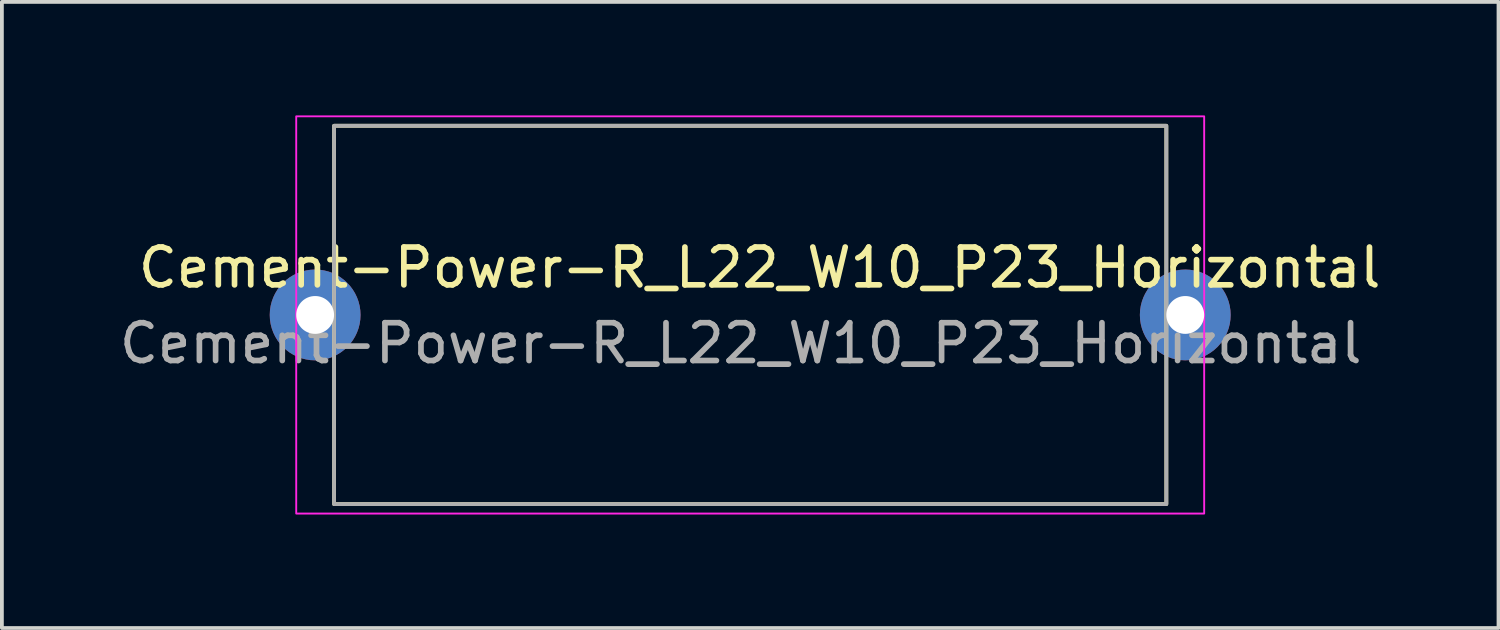
<source format=kicad_pcb>
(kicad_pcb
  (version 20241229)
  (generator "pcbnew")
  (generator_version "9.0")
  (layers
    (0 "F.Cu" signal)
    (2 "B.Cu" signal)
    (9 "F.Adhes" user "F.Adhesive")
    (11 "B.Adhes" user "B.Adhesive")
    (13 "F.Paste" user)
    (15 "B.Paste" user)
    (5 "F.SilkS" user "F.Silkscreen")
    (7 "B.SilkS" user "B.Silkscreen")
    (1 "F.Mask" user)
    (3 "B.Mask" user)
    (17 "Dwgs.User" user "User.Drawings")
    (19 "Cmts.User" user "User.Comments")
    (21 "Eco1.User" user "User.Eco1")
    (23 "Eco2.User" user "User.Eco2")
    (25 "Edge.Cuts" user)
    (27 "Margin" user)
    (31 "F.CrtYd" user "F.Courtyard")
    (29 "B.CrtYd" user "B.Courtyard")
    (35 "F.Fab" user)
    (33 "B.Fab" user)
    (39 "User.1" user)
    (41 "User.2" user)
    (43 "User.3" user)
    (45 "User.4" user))
  (footprint "Cement-Power-R_L22_W10_P23_Horizontal"
    (layer "F.Cu")
    (at 5.28 5.275)
    (property "Reference" "Cement-Power-R_L22_W10_P23_Horizontal" (at 11.75 -1.25 0) (layer "F.SilkS") (effects (font (size 1 1) (thickness 0.15))))
    (attr through_hole)
    (fp_rect (start 0.5 -5) (end 22.5 5) (stroke (width 0.1) (type default)) (fill no) (layer "F.SilkS"))
    (fp_rect (start -0.5 -5.25) (end 23.5 5.25) (stroke (width 0.05) (type default)) (fill no) (layer "F.CrtYd"))
    (fp_rect (start 0.5 -5) (end 22.5 5) (stroke (width 0.1) (type default)) (fill no) (layer "F.Fab"))
    (fp_text user "${REFERENCE}" (at 11.25 0.75 0) (layer "F.Fab") (effects (font (size 1 1) (thickness 0.15))))
    (pad "1" thru_hole circle (at 0 0) (size 2.4 2.4) (drill 1) (layers "*.Cu" "*.Mask"))
    (pad "2" thru_hole oval (at 23 0) (size 2.4 2.4) (drill 1) (layers "*.Cu" "*.Mask")))
  (gr_rect
    (start -3 -3)
    (end 36.56 13.55)
    (stroke (width 0.1) (type default))
    (fill no)
    (layer "Edge.Cuts")))
</source>
